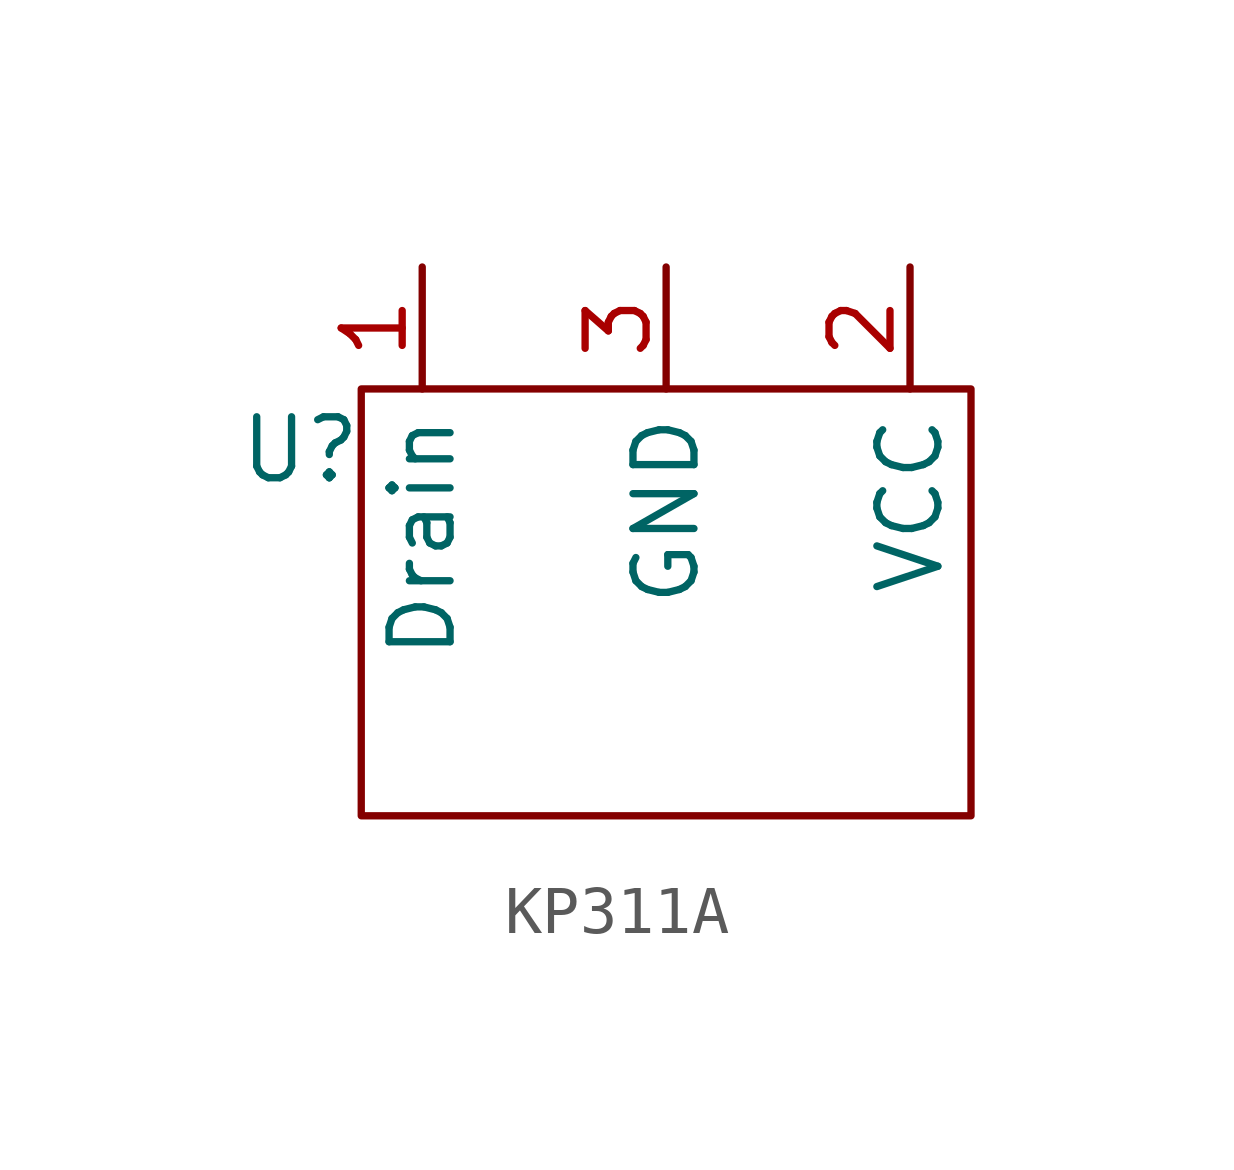
<source format=kicad_sym>
(kicad_symbol_lib
  (version 20220914)
  (generator kicad_symbol_editor)
  (symbol "KP311A"
    (property "Reference" "U"
      (at -1.27 -1.27 0)
      (effects (font (size 1.27 1.27))))
    (property "Value" ""
      (at 0 0 0)
      (effects (font (size 1.27 1.27))))
    (symbol "KP311A_0_1"
      (rectangle (start 0 0) (end 12.7 -8.89) (stroke (width 0) (type default)) (fill (type none))))
    (symbol "KP311A_1_1"
      (pin power_in line (at 1.27 2.54 270) (length 2.54) (name "Drain" (effects (font (size 1.27 1.27)))) (number "1" (effects (font (size 1.27 1.27)))))
      (pin power_out line (at 11.43 2.54 270) (length 2.54) (name "VCC" (effects (font (size 1.27 1.27)))) (number "2" (effects (font (size 1.27 1.27)))))
      (pin power_out line (at 6.35 2.54 270) (length 2.54) (name "GND" (effects (font (size 1.27 1.27)))) (number "3" (effects (font (size 1.27 1.27))))))))
</source>
